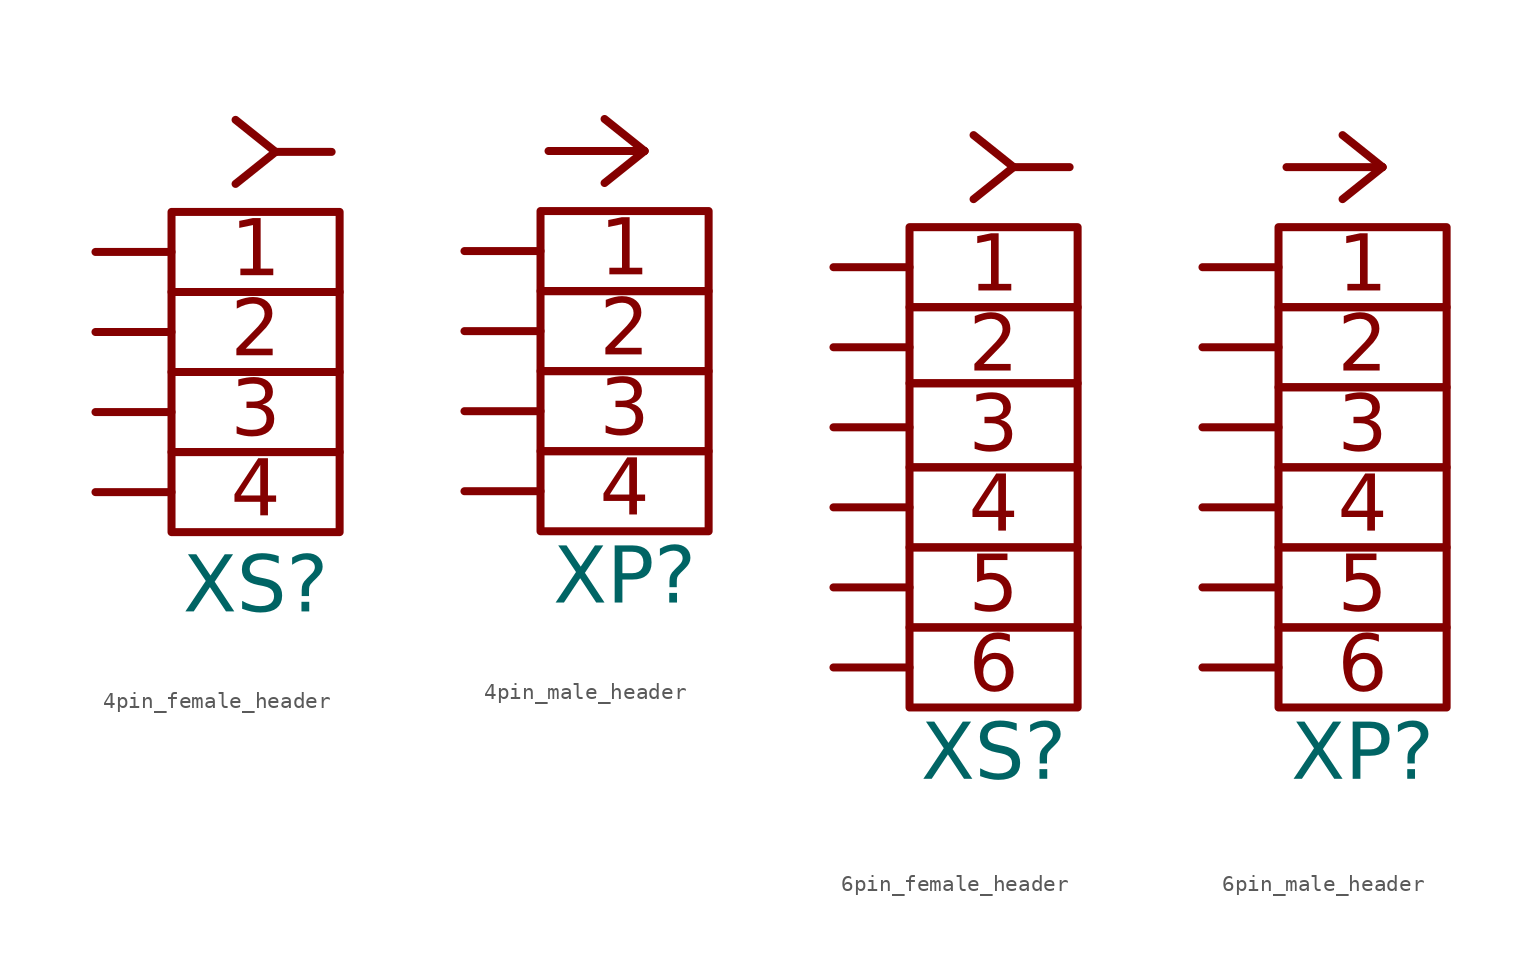
<source format=kicad_sym>
(kicad_symbol_lib
  (version 20241209)
  (generator "kicad_symbol_editor")
  (generator_version "9.0")
  (symbol "4pin_female_header"
    (pin_numbers
      (hide yes))
    (property "Reference" "XS"
      (at 10 -21 0)
      (effects (font (face "GOST type A") (size 3.5 3.5))))
    (property "Value" ""
      (at 0 0 0)
      (effects (font (size 1.27 1.27))))
    (symbol "4pin_female_header_1_1"
      (polyline (pts (xy 0 0) (xy 4.75 0)) (stroke (width 0.5) (type solid)) (fill (type none)))
      (polyline (pts (xy 0 -5) (xy 4.75 -5)) (stroke (width 0.5) (type solid)) (fill (type none)))
      (polyline (pts (xy 0 -10) (xy 4.75 -10)) (stroke (width 0.5) (type solid)) (fill (type none)))
      (polyline (pts (xy 0 -15) (xy 4.75 -15)) (stroke (width 0.5) (type solid)) (fill (type none)))
      (rectangle (start 4.75 2.5) (end 15.25 -2.5) (stroke (width 0.5) (type default)) (fill (type none)))
      (rectangle (start 4.75 -2.5) (end 15.25 -7.5) (stroke (width 0.5) (type default)) (fill (type none)))
      (rectangle (start 4.75 -7.5) (end 15.25 -12.5) (stroke (width 0.5) (type default)) (fill (type none)))
      (rectangle (start 4.75 -12.5) (end 15.25 -17.5) (stroke (width 0.5) (type default)) (fill (type none)))
      (polyline (pts (xy 11.25 6.25) (xy 8.75 8.25)) (stroke (width 0.5) (type default)) (fill (type none)))
      (polyline (pts (xy 11.25 6.25) (xy 8.75 4.25)) (stroke (width 0.5) (type default)) (fill (type none)))
      (polyline (pts (xy 14.75 6.25) (xy 11.25 6.25)) (stroke (width 0.5) (type default)) (fill (type none)))
      (text "1" (at 10 0 0) (effects (font (face "GOST type A") (size 3.5 3.5))))
      (text "2" (at 10 -5 0) (effects (font (face "GOST type A") (size 3.5 3.5))))
      (text "3" (at 10 -10 0) (effects (font (face "GOST type A") (size 3.5 3.5))))
      (text "4" (at 10 -15 0) (effects (font (face "GOST type A") (size 3.5 3.5))))
      (pin passive line (at 0 0 0) (length 4.5) (name "" (effects (font (size 2.5 2.5)))) (number "1" (effects (font (size 2.5 2.5)))))
      (pin passive line (at 0 -5 0) (length 4.5) (name "" (effects (font (size 2.5 2.5)))) (number "2" (effects (font (size 2.5 2.5)))))
      (pin passive line (at 0 -10 0) (length 4.5) (name "" (effects (font (size 2.5 2.5)))) (number "3" (effects (font (size 2.5 2.5)))))
      (pin passive line (at 0 -15 0) (length 4.5) (name "" (effects (font (size 2.5 2.5)))) (number "4" (effects (font (size 2.5 2.5)))))))
  (symbol "4pin_male_header"
    (pin_numbers
      (hide yes))
    (pin_names
      (offset 0.5))
    (property "Reference" "XP"
      (at 10 -20.5 0)
      (effects (font (face "GOST type A") (size 3.5 3.5))))
    (property "Value" ""
      (at 0 0 0)
      (effects (font (size 1.27 1.27))))
    (symbol "4pin_male_header_1_1"
      (polyline (pts (xy 0 0) (xy 4.75 0)) (stroke (width 0.5) (type solid)) (fill (type none)))
      (polyline (pts (xy 0 -5) (xy 4.75 -5)) (stroke (width 0.5) (type solid)) (fill (type none)))
      (polyline (pts (xy 0 -10) (xy 4.75 -10)) (stroke (width 0.5) (type solid)) (fill (type none)))
      (polyline (pts (xy 0 -15) (xy 4.75 -15)) (stroke (width 0.5) (type solid)) (fill (type none)))
      (rectangle (start 4.75 2.5) (end 15.25 -2.5) (stroke (width 0.5) (type default)) (fill (type none)))
      (rectangle (start 4.75 -2.5) (end 15.25 -7.5) (stroke (width 0.5) (type default)) (fill (type none)))
      (rectangle (start 4.75 -7.5) (end 15.25 -12.5) (stroke (width 0.5) (type default)) (fill (type none)))
      (rectangle (start 4.75 -12.5) (end 15.25 -17.5) (stroke (width 0.5) (type default)) (fill (type none)))
      (polyline (pts (xy 11.25 6.25) (xy 5.25 6.25)) (stroke (width 0.5) (type default)) (fill (type none)))
      (polyline (pts (xy 11.25 6.25) (xy 8.75 8.25)) (stroke (width 0.5) (type default)) (fill (type none)))
      (polyline (pts (xy 11.25 6.25) (xy 8.75 4.25)) (stroke (width 0.5) (type default)) (fill (type none)))
      (text "1" (at 10 0 0) (effects (font (face "GOST type A") (size 3.5 3.5))))
      (text "2" (at 10 -5 0) (effects (font (face "GOST type A") (size 3.5 3.5))))
      (text "3" (at 10 -10 0) (effects (font (face "GOST type A") (size 3.5 3.5))))
      (text "4" (at 10 -15 0) (effects (font (face "GOST type A") (size 3.5 3.5))))
      (pin passive line (at 0 0 0) (length 4.5) (name "" (effects (font (size 2.5 2.5)))) (number "1" (effects (font (size 2.5 2.5)))))
      (pin passive line (at 0 -5 0) (length 4.5) (name "" (effects (font (size 2.5 2.5)))) (number "2" (effects (font (size 2.5 2.5)))))
      (pin passive line (at 0 -10 0) (length 4.5) (name "" (effects (font (size 2.5 2.5)))) (number "3" (effects (font (size 2.5 2.5)))))
      (pin passive line (at 0 -15 0) (length 4.5) (name "" (effects (font (size 2.5 2.5)))) (number "4" (effects (font (size 2.5 2.5)))))))
  (symbol "6pin_female_header"
    (pin_numbers
      (hide yes))
    (property "Reference" "XS"
      (at 10 -30.5 0)
      (effects (font (face "GOST type A") (size 3.5 3.5))))
    (property "Value" ""
      (at 0 0 0)
      (effects (font (size 1.27 1.27))))
    (symbol "6pin_female_header_1_1"
      (polyline (pts (xy 0 0) (xy 4.75 0)) (stroke (width 0.5) (type solid)) (fill (type none)))
      (polyline (pts (xy 0 -5) (xy 4.75 -5)) (stroke (width 0.5) (type solid)) (fill (type none)))
      (polyline (pts (xy 0 -10) (xy 4.75 -10)) (stroke (width 0.5) (type solid)) (fill (type none)))
      (polyline (pts (xy 0 -15) (xy 4.75 -15)) (stroke (width 0.5) (type solid)) (fill (type none)))
      (polyline (pts (xy 0 -20) (xy 4.75 -20)) (stroke (width 0.5) (type solid)) (fill (type none)))
      (polyline (pts (xy 0 -25) (xy 4.75 -25)) (stroke (width 0.5) (type solid)) (fill (type none)))
      (rectangle (start 4.75 2.5) (end 15.25 -2.5) (stroke (width 0.5) (type default)) (fill (type none)))
      (rectangle (start 4.75 -2.5) (end 15.25 -7.25) (stroke (width 0.5) (type default)) (fill (type none)))
      (rectangle (start 4.75 -7.25) (end 15.25 -12.5) (stroke (width 0.5) (type default)) (fill (type none)))
      (rectangle (start 4.75 -12.5) (end 15.25 -17.5) (stroke (width 0.5) (type default)) (fill (type none)))
      (rectangle (start 4.75 -17.5) (end 15.25 -22.5) (stroke (width 0.5) (type default)) (fill (type none)))
      (rectangle (start 4.75 -22.5) (end 15.25 -27.5) (stroke (width 0.5) (type default)) (fill (type none)))
      (polyline (pts (xy 11.25 6.25) (xy 8.75 8.25)) (stroke (width 0.5) (type default)) (fill (type none)))
      (polyline (pts (xy 11.25 6.25) (xy 8.75 4.25)) (stroke (width 0.5) (type default)) (fill (type none)))
      (polyline (pts (xy 14.75 6.25) (xy 11.25 6.25)) (stroke (width 0.5) (type default)) (fill (type none)))
      (text "1" (at 10 0 0) (effects (font (face "GOST type A") (size 3.5 3.5))))
      (text "2" (at 10 -5 0) (effects (font (face "GOST type A") (size 3.5 3.5))))
      (text "3" (at 10 -10 0) (effects (font (face "GOST type A") (size 3.5 3.5))))
      (text "4" (at 10 -15 0) (effects (font (face "GOST type A") (size 3.5 3.5))))
      (text "5" (at 10 -20 0) (effects (font (face "GOST type A") (size 3.5 3.5))))
      (text "6" (at 10 -25 0) (effects (font (face "GOST type A") (size 3.5 3.5))))
      (pin passive line (at 0 0 0) (length 4.5) (name "" (effects (font (size 2.5 2.5)))) (number "1" (effects (font (size 2.5 2.5)))))
      (pin passive line (at 0 -5 0) (length 4.5) (name "" (effects (font (size 2.5 2.5)))) (number "2" (effects (font (size 2.5 2.5)))))
      (pin passive line (at 0 -10 0) (length 4.5) (name "" (effects (font (size 2.5 2.5)))) (number "3" (effects (font (size 2.5 2.5)))))
      (pin passive line (at 0 -15 0) (length 4.5) (name "" (effects (font (size 2.5 2.5)))) (number "4" (effects (font (size 2.5 2.5)))))
      (pin passive line (at 0 -20 0) (length 4.5) (name "" (effects (font (size 2.5 2.5)))) (number "5" (effects (font (size 2.5 2.5)))))
      (pin passive line (at 0 -25 0) (length 4.5) (name "" (effects (font (size 2.5 2.5)))) (number "6" (effects (font (size 2.5 2.5)))))))
  (symbol "6pin_male_header"
    (pin_numbers
      (hide yes))
    (pin_names
      (offset 0.5))
    (property "Reference" "XP"
      (at 10 -30.5 0)
      (effects (font (face "GOST type A") (size 3.5 3.5))))
    (property "Value" ""
      (at 0 0 0)
      (effects (font (size 1.27 1.27))))
    (symbol "6pin_male_header_1_1"
      (polyline (pts (xy 0 0) (xy 4.75 0)) (stroke (width 0.5) (type solid)) (fill (type none)))
      (polyline (pts (xy 0 -5) (xy 4.75 -5)) (stroke (width 0.5) (type solid)) (fill (type none)))
      (polyline (pts (xy 0 -10) (xy 4.75 -10)) (stroke (width 0.5) (type solid)) (fill (type none)))
      (polyline (pts (xy 0 -15) (xy 4.75 -15)) (stroke (width 0.5) (type solid)) (fill (type none)))
      (polyline (pts (xy 0 -20) (xy 4.75 -20)) (stroke (width 0.5) (type solid)) (fill (type none)))
      (polyline (pts (xy 0 -25) (xy 4.75 -25)) (stroke (width 0.5) (type solid)) (fill (type none)))
      (rectangle (start 4.75 2.5) (end 15.25 -2.5) (stroke (width 0.5) (type default)) (fill (type none)))
      (rectangle (start 4.75 -2.5) (end 15.25 -7.5) (stroke (width 0.5) (type default)) (fill (type none)))
      (rectangle (start 4.75 -7.5) (end 15.25 -12.5) (stroke (width 0.5) (type default)) (fill (type none)))
      (rectangle (start 4.75 -12.5) (end 15.25 -17.5) (stroke (width 0.5) (type default)) (fill (type none)))
      (rectangle (start 4.75 -17.5) (end 15.25 -22.5) (stroke (width 0.5) (type default)) (fill (type none)))
      (rectangle (start 4.75 -22.5) (end 15.25 -27.5) (stroke (width 0.5) (type default)) (fill (type none)))
      (polyline (pts (xy 11.25 6.25) (xy 5.25 6.25)) (stroke (width 0.5) (type default)) (fill (type none)))
      (polyline (pts (xy 11.25 6.25) (xy 8.75 8.25)) (stroke (width 0.5) (type default)) (fill (type none)))
      (polyline (pts (xy 11.25 6.25) (xy 8.75 4.25)) (stroke (width 0.5) (type default)) (fill (type none)))
      (text "1" (at 10 0 0) (effects (font (face "GOST type A") (size 3.5 3.5))))
      (text "2" (at 10 -5 0) (effects (font (face "GOST type A") (size 3.5 3.5))))
      (text "3" (at 10 -10 0) (effects (font (face "GOST type A") (size 3.5 3.5))))
      (text "4" (at 10 -15 0) (effects (font (face "GOST type A") (size 3.5 3.5))))
      (text "5" (at 10 -20 0) (effects (font (face "GOST type A") (size 3.5 3.5))))
      (text "6" (at 10 -25 0) (effects (font (face "GOST type A") (size 3.5 3.5))))
      (pin passive line (at 0 0 0) (length 4.5) (name "" (effects (font (size 2.5 2.5)))) (number "1" (effects (font (size 2.5 2.5)))))
      (pin passive line (at 0 -5 0) (length 4.5) (name "" (effects (font (size 2.5 2.5)))) (number "2" (effects (font (size 2.5 2.5)))))
      (pin passive line (at 0 -10 0) (length 4.5) (name "" (effects (font (size 2.5 2.5)))) (number "3" (effects (font (size 2.5 2.5)))))
      (pin passive line (at 0 -15 0) (length 4.5) (name "" (effects (font (size 2.5 2.5)))) (number "4" (effects (font (size 2.5 2.5)))))
      (pin passive line (at 0 -20 0) (length 4.5) (name "" (effects (font (size 2.5 2.5)))) (number "5" (effects (font (size 2.5 2.5)))))
      (pin passive line (at 0 -25 0) (length 4.5) (name "" (effects (font (size 2.5 2.5)))) (number "6" (effects (font (size 2.5 2.5))))))))
</source>
